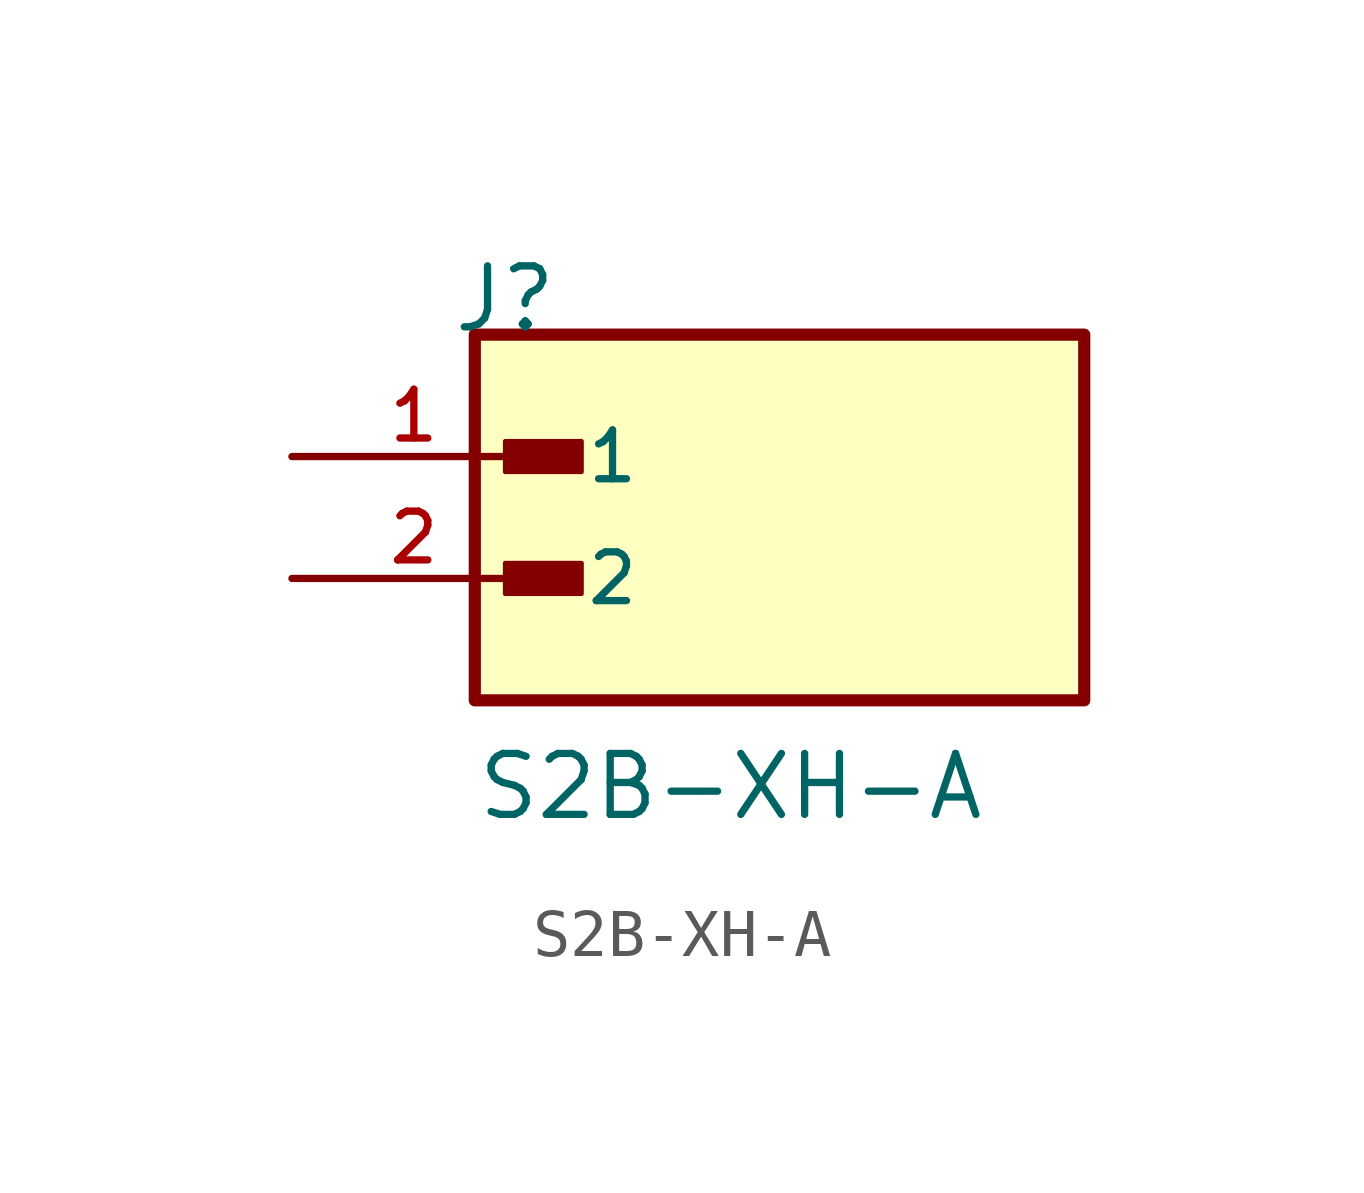
<source format=kicad_sym>
(kicad_symbol_lib
  (version 20231120)
  (generator "kicad_symbol_editor")
  (generator_version "8.0")
  (symbol "S2B-XH-A"
    (pin_names
      (offset 1.016))
    (property "Reference" "J"
      (at -6.85 5.08 0)
      (effects (font (size 1.27 1.27)) (justify left bottom)))
    (property "Value" "S2B-XH-A"
      (at -6.35 -5.08 0)
      (effects (font (size 1.27 1.27)) (justify left bottom)))
    (symbol "S2B-XH-A_0_0"
      (rectangle (start -6.35 -2.54) (end 6.35 5.08) (stroke (width 0.254) (type default)) (fill (type background)))
      (rectangle (start -5.715 -0.318) (end -4.128 0.318) (stroke (width 0.1) (type default)) (fill (type outline)))
      (rectangle (start -5.715 2.223) (end -4.128 2.857) (stroke (width 0.1) (type default)) (fill (type outline)))
      (pin passive line (at -10.16 2.54 0) (length 5.08) (name "1" (effects (font (size 1.016 1.016)))) (number "1" (effects (font (size 1.016 1.016)))))
      (pin passive line (at -10.16 0 0) (length 5.08) (name "2" (effects (font (size 1.016 1.016)))) (number "2" (effects (font (size 1.016 1.016))))))))
</source>
